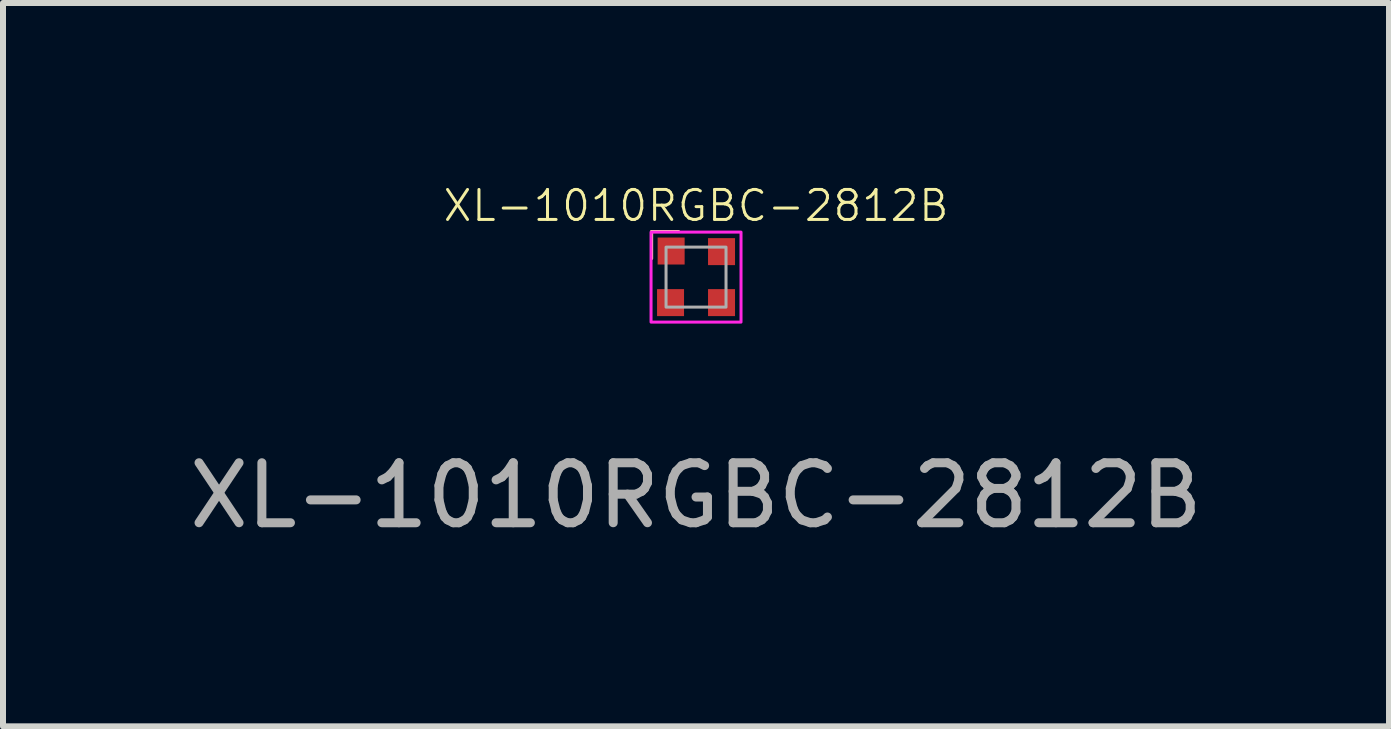
<source format=kicad_pcb>
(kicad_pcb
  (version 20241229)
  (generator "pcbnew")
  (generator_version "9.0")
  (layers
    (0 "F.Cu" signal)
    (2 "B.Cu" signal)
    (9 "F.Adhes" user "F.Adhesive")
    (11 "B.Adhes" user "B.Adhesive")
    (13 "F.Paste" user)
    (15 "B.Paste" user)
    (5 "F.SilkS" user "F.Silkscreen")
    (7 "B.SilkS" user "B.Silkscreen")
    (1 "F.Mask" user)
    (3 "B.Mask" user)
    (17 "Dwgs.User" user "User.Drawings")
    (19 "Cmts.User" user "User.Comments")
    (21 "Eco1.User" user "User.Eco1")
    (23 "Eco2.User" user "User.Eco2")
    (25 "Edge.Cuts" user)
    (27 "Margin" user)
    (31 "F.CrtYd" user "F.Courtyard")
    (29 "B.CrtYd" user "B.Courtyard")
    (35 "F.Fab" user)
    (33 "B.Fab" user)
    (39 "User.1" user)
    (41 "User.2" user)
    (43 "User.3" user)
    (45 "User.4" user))
  (footprint "XL-1010RGBC-2812B"
    (layer "F.Cu")
    (at 8.554 1.57)
    (property "Reference" "XL-1010RGBC-2812B" (at 0 -1.19 0) (unlocked yes) (layer "F.SilkS") (effects (font (size 0.5 0.5) (thickness 0.05))))
    (attr smd board_only exclude_from_pos_files exclude_from_bom)
    (fp_line (start -0.74 -0.76) (end -0.29 -0.76) (stroke (width 0.05) (type default)) (layer "F.SilkS"))
    (fp_line (start -0.74 -0.31) (end -0.74 -0.76) (stroke (width 0.05) (type default)) (layer "F.SilkS"))
    (fp_rect (start -0.75 -0.75) (end 0.75 0.75) (stroke (width 0.05) (type solid)) (fill no) (layer "F.CrtYd"))
    (fp_rect (start -0.5 -0.5) (end 0.5 0.5) (stroke (width 0.05) (type default)) (fill no) (layer "F.Fab"))
    (fp_text user "${REFERENCE}" (at 0 3.64 0) (unlocked yes) (layer "F.Fab") (effects (font (size 1 1) (thickness 0.15))))
    (pad "1" smd rect (at -0.415 -0.435) (size 0.45 0.45) (layers "F.Cu" "F.Mask" "F.Paste"))
    (pad "2" smd rect (at 0.425 -0.425) (size 0.45 0.45) (layers "F.Cu" "F.Mask" "F.Paste"))
    (pad "3" smd rect (at -0.425 0.425) (size 0.45 0.45) (layers "F.Cu" "F.Mask" "F.Paste"))
    (pad "4" smd rect (at 0.425 0.425) (size 0.45 0.45) (layers "F.Cu" "F.Mask" "F.Paste")))
  (gr_rect
    (start -3 -3)
    (end 20.107 9.059)
    (stroke (width 0.1) (type default))
    (fill no)
    (layer "Edge.Cuts")))
</source>
